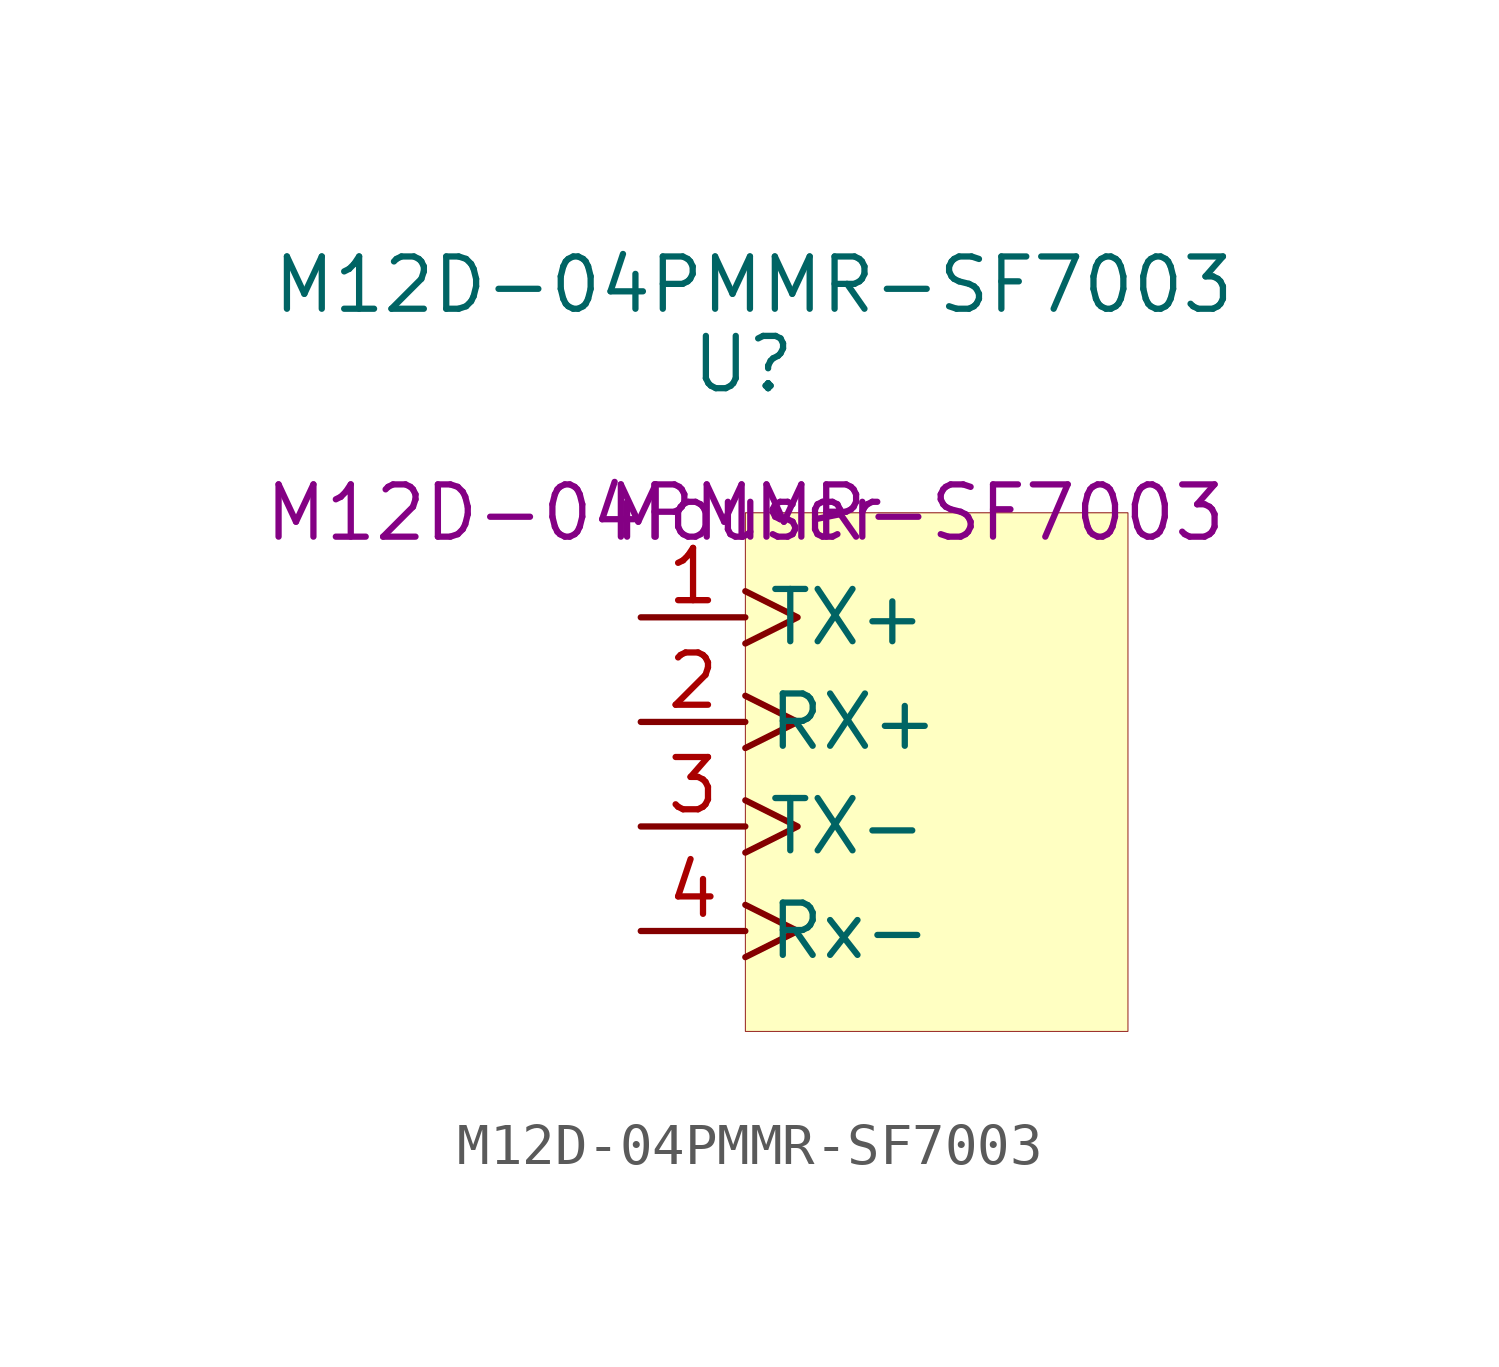
<source format=kicad_sym>
(kicad_symbol_lib
  (version 20201005)
  (generator kicad_symbol_editor)
  (symbol "customConnectors:M12D-04PMMR-SF7003"
    (property "Reference" "U"
      (at -0.051 3.607 0)
      (effects (font (size 1.27 1.27))))
    (property "Value" "M12D-04PMMR-SF7003"
      (at 0.203 5.537 0)
      (effects (font (size 1.27 1.27))))
    (property "Supplier" "Mouser"
      (at 0 0 0)
      (effects (font (size 1.27 1.27))))
    (property "Part No." "M12D-04PMMR-SF7003"
      (at 0 0 0)
      (effects (font (size 1.27 1.27))))
    (symbol "M12D-04PMMR-SF7003_0_1"
      (rectangle (start 0 0) (end 9.296 -12.598) (stroke (width 0.001)) (fill (type background))))
    (symbol "M12D-04PMMR-SF7003_1_1"
      (pin output clock (at -2.54 -2.54 0) (length 2.54) (name "TX+" (effects (font (size 1.27 1.27)))) (number "1" (effects (font (size 1.27 1.27)))))
      (pin input clock (at -2.54 -5.08 0) (length 2.54) (name "RX+" (effects (font (size 1.27 1.27)))) (number "2" (effects (font (size 1.27 1.27)))))
      (pin output clock (at -2.54 -7.62 0) (length 2.54) (name "TX-" (effects (font (size 1.27 1.27)))) (number "3" (effects (font (size 1.27 1.27)))))
      (pin input clock (at -2.54 -10.16 0) (length 2.54) (name "Rx-" (effects (font (size 1.27 1.27)))) (number "4" (effects (font (size 1.27 1.27))))))))
</source>
